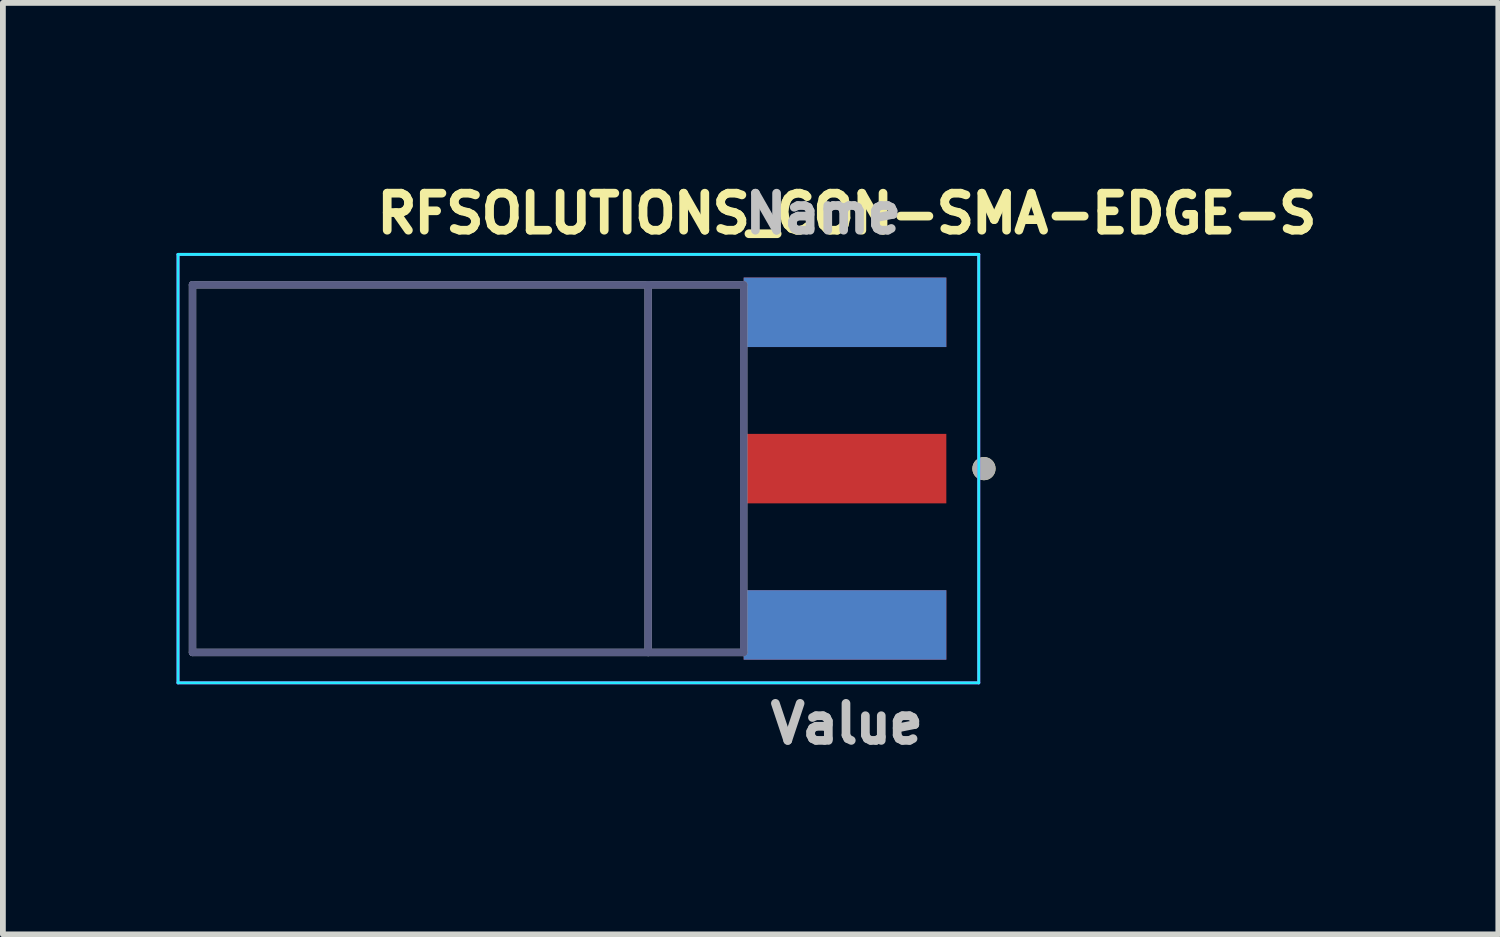
<source format=kicad_pcb>
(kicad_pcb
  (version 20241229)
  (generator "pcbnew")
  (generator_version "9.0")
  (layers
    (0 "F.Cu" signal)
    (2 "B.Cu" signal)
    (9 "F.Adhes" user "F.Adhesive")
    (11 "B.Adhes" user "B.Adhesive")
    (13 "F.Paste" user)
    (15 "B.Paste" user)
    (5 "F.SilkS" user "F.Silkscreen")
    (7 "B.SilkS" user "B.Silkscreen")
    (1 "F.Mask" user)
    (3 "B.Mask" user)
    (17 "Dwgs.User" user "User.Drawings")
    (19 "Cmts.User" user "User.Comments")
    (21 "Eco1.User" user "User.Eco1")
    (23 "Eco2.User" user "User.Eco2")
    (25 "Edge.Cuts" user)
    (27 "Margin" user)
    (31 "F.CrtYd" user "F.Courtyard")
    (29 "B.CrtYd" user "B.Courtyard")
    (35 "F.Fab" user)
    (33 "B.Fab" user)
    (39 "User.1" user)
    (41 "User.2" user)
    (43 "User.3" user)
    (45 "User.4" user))
  (footprint "RFSOLUTIONS_CON-SMA-EDGE-S"
    (layer "F.Cu")
    (at 11.545 5.044)
    (property "Reference" "RFSOLUTIONS_CON-SMA-EDGE-S" (at 0.032 -4.406 0) (layer "F.SilkS") (effects (font (size 0.64 0.64) (thickness 0.15))))
    (attr smd)
    (fp_circle (center 2.4 0) (end 2.5 0) (stroke (width 0.2) (type solid)) (fill no) (layer "F.SilkS"))
    (fp_line (start -11.52 -3.7) (end -11.52 3.7) (stroke (width 0.05) (type solid)) (layer "B.CrtYd"))
    (fp_line (start -11.52 3.7) (end 2.31 3.7) (stroke (width 0.05) (type solid)) (layer "B.CrtYd"))
    (fp_line (start 2.31 -3.7) (end -11.52 -3.7) (stroke (width 0.05) (type solid)) (layer "B.CrtYd"))
    (fp_line (start 2.31 3.7) (end 2.31 -3.7) (stroke (width 0.05) (type solid)) (layer "B.CrtYd"))
    (fp_line (start -11.52 -3.7) (end 2.31 -3.7) (stroke (width 0.05) (type solid)) (layer "F.CrtYd"))
    (fp_line (start -11.52 3.7) (end -11.52 -3.7) (stroke (width 0.05) (type solid)) (layer "F.CrtYd"))
    (fp_line (start 2.31 -3.7) (end 2.31 3.7) (stroke (width 0.05) (type solid)) (layer "F.CrtYd"))
    (fp_line (start 2.31 3.7) (end -11.52 3.7) (stroke (width 0.05) (type solid)) (layer "F.CrtYd"))
    (fp_line (start -11.27 -3.175) (end -3.4 -3.175) (stroke (width 0.127) (type solid)) (layer "B.Fab"))
    (fp_line (start -11.27 3.175) (end -11.27 -3.175) (stroke (width 0.127) (type solid)) (layer "B.Fab"))
    (fp_line (start -3.4 -3.175) (end -3.4 3.175) (stroke (width 0.127) (type solid)) (layer "B.Fab"))
    (fp_line (start -3.4 3.175) (end -11.27 3.175) (stroke (width 0.127) (type solid)) (layer "B.Fab"))
    (fp_line (start -3.4 3.175) (end -1.75 3.175) (stroke (width 0.127) (type solid)) (layer "B.Fab"))
    (fp_line (start -1.75 -3.175) (end -3.4 -3.175) (stroke (width 0.127) (type solid)) (layer "B.Fab"))
    (fp_line (start -1.75 3.175) (end -1.75 -3.175) (stroke (width 0.127) (type solid)) (layer "B.Fab"))
    (fp_line (start -11.27 -3.175) (end -11.27 3.175) (stroke (width 0.127) (type solid)) (layer "F.Fab"))
    (fp_line (start -11.27 3.175) (end -3.4 3.175) (stroke (width 0.127) (type solid)) (layer "F.Fab"))
    (fp_line (start -3.4 -3.175) (end -11.27 -3.175) (stroke (width 0.127) (type solid)) (layer "F.Fab"))
    (fp_line (start -3.4 -3.175) (end -1.75 -3.175) (stroke (width 0.127) (type solid)) (layer "F.Fab"))
    (fp_line (start -3.4 3.175) (end -3.4 -3.175) (stroke (width 0.127) (type solid)) (layer "F.Fab"))
    (fp_line (start -1.75 -3.175) (end -1.75 3.175) (stroke (width 0.127) (type solid)) (layer "F.Fab"))
    (fp_line (start -1.75 3.175) (end -3.4 3.175) (stroke (width 0.127) (type solid)) (layer "F.Fab"))
    (fp_circle (center 2.4 0) (end 2.5 0) (stroke (width 0.2) (type solid)) (fill no) (layer "F.Fab"))
    (fp_text user "Value" (at 0.032 4.406 0) (layer "Dwgs.User") (effects (font (size 0.64 0.64) (thickness 0.15))))
    (fp_text user "Name" (at -0.374 -4.406 0) (layer "Dwgs.User") (effects (font (size 0.64 0.64) (thickness 0.15))))
    (pad "1" smd rect (at 0 0) (size 3.5 1.2) (layers "F.Cu" "F.Mask" "F.Paste"))
    (pad "G1" smd rect (at 0 -2.7) (size 3.5 1.2) (layers "F.Cu" "F.Mask" "F.Paste"))
    (pad "G2" smd rect (at 0 2.7) (size 3.5 1.2) (layers "F.Cu" "F.Mask" "F.Paste"))
    (pad "G3" smd rect (at 0 -2.7) (size 3.5 1.2) (layers "B.Cu" "B.Mask" "B.Paste"))
    (pad "G4" smd rect (at 0 2.7) (size 3.5 1.2) (layers "B.Cu" "B.Mask" "B.Paste")))
  (gr_rect
    (start -3 -3)
    (end 22.829 13.088)
    (stroke (width 0.1) (type default))
    (fill no)
    (layer "Edge.Cuts")))
</source>
